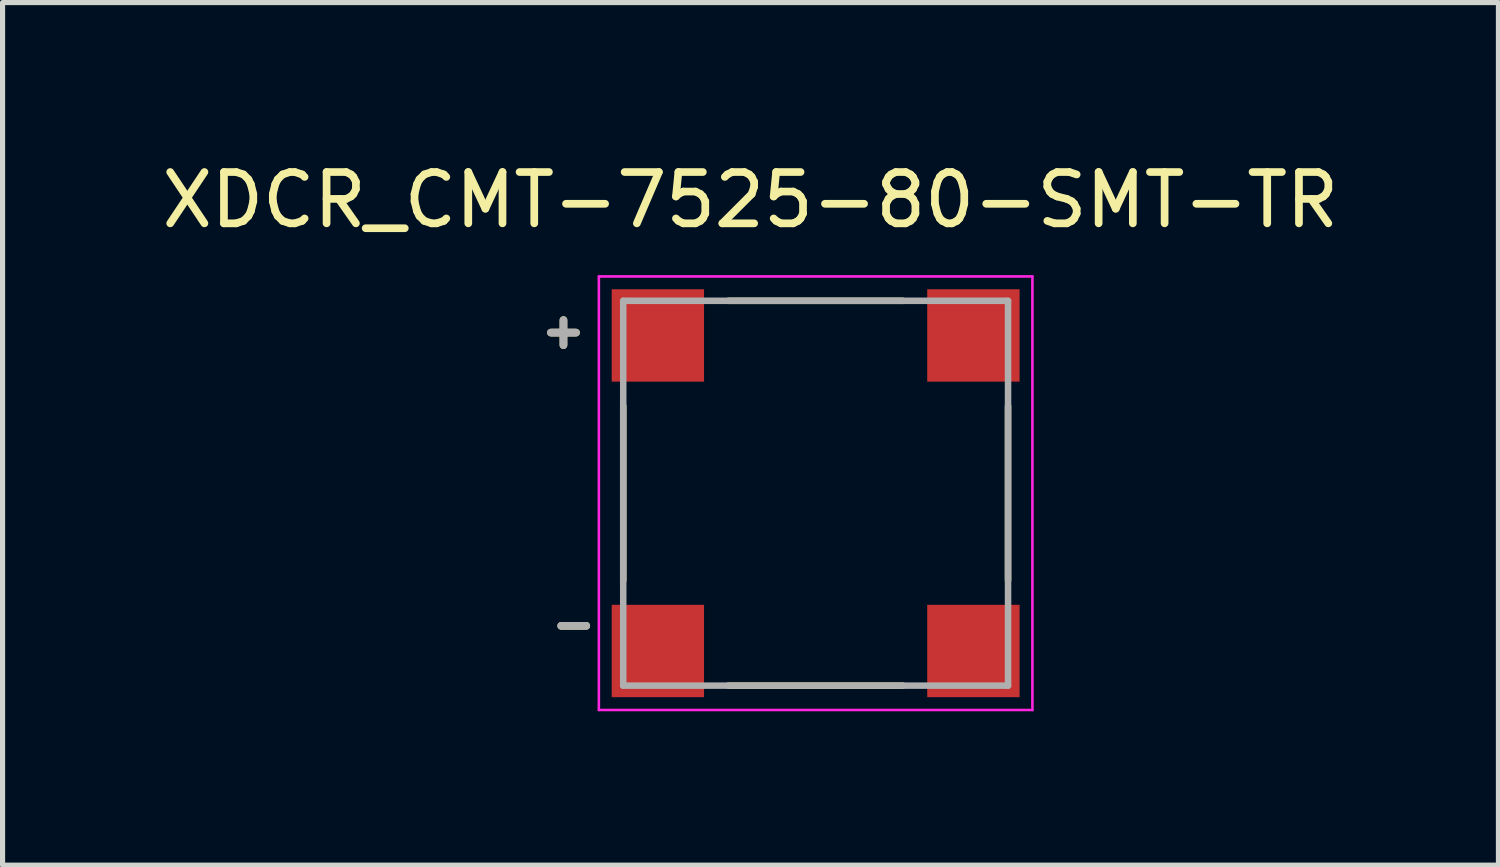
<source format=kicad_pcb>
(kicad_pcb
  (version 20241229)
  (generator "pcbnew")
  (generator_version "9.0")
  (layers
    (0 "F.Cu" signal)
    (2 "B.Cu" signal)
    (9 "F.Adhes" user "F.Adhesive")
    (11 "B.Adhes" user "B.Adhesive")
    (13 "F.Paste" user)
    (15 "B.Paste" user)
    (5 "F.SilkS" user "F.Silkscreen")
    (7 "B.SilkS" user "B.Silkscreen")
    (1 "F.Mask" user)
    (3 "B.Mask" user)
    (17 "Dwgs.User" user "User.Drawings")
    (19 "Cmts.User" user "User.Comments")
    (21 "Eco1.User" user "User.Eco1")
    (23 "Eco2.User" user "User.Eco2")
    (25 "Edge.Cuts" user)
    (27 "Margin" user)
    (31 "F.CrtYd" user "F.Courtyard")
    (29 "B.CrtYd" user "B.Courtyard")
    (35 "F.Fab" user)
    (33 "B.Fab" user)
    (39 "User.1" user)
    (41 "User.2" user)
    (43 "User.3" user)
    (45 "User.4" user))
  (footprint "XDCR_CMT-7525-80-SMT-TR"
    (layer "F.Cu")
    (at 12.847 6.563)
    (property "Reference" "XDCR_CMT-7525-80-SMT-TR" (at -1.27 -5.715 0) (layer "F.SilkS") (effects (font (size 1 1) (thickness 0.15))))
    (attr through_hole)
    (fp_line (start -3.75 -1.7) (end -3.75 1.7) (stroke (width 0.127) (type solid)) (layer "F.SilkS"))
    (fp_line (start -1.7 3.75) (end 1.7 3.75) (stroke (width 0.127) (type solid)) (layer "F.SilkS"))
    (fp_line (start 1.7 -3.75) (end -1.7 -3.75) (stroke (width 0.127) (type solid)) (layer "F.SilkS"))
    (fp_line (start 3.75 1.7) (end 3.75 -1.7) (stroke (width 0.127) (type solid)) (layer "F.SilkS"))
    (fp_line (start -4.225 -4.225) (end 4.225 -4.225) (stroke (width 0.05) (type solid)) (layer "F.CrtYd"))
    (fp_line (start -4.225 4.225) (end -4.225 -4.225) (stroke (width 0.05) (type solid)) (layer "F.CrtYd"))
    (fp_line (start 4.225 -4.225) (end 4.225 4.225) (stroke (width 0.05) (type solid)) (layer "F.CrtYd"))
    (fp_line (start 4.225 4.225) (end -4.225 4.225) (stroke (width 0.05) (type solid)) (layer "F.CrtYd"))
    (fp_line (start -3.75 -3.75) (end -3.75 3.75) (stroke (width 0.127) (type solid)) (layer "F.Fab"))
    (fp_line (start -3.75 3.75) (end 3.75 3.75) (stroke (width 0.127) (type solid)) (layer "F.Fab"))
    (fp_line (start 3.75 -3.75) (end -3.75 -3.75) (stroke (width 0.127) (type solid)) (layer "F.Fab"))
    (fp_line (start 3.75 3.75) (end 3.75 -3.75) (stroke (width 0.127) (type solid)) (layer "F.Fab"))
    (fp_text user "+" (at -4.915 -3.175 0) (layer "F.SilkS") (effects (font (size 0.64 0.64) (thickness 0.15))))
    (fp_text user "-" (at -4.715 2.54 0) (layer "F.SilkS") (effects (font (size 0.64 0.64) (thickness 0.15))))
    (fp_text user "+" (at -4.915 -3.175 0) (layer "F.Fab") (effects (font (size 0.64 0.64) (thickness 0.15))))
    (fp_text user "-" (at -4.715 2.54 0) (layer "F.Fab") (effects (font (size 0.64 0.64) (thickness 0.15))))
    (pad "" smd rect (at 3.075 -3.075) (size 1.8 1.8) (layers "F.Cu" "F.Mask" "F.Paste"))
    (pad "" smd rect (at 3.075 3.075) (size 1.8 1.8) (layers "F.Cu" "F.Mask" "F.Paste"))
    (pad "1" smd rect (at -3.075 -3.075) (size 1.8 1.8) (layers "F.Cu" "F.Mask" "F.Paste"))
    (pad "2" smd rect (at -3.075 3.075) (size 1.8 1.8) (layers "F.Cu" "F.Mask" "F.Paste")))
  (gr_rect
    (start -3 -3)
    (end 26.155 13.813)
    (stroke (width 0.1) (type default))
    (fill no)
    (layer "Edge.Cuts")))
</source>
